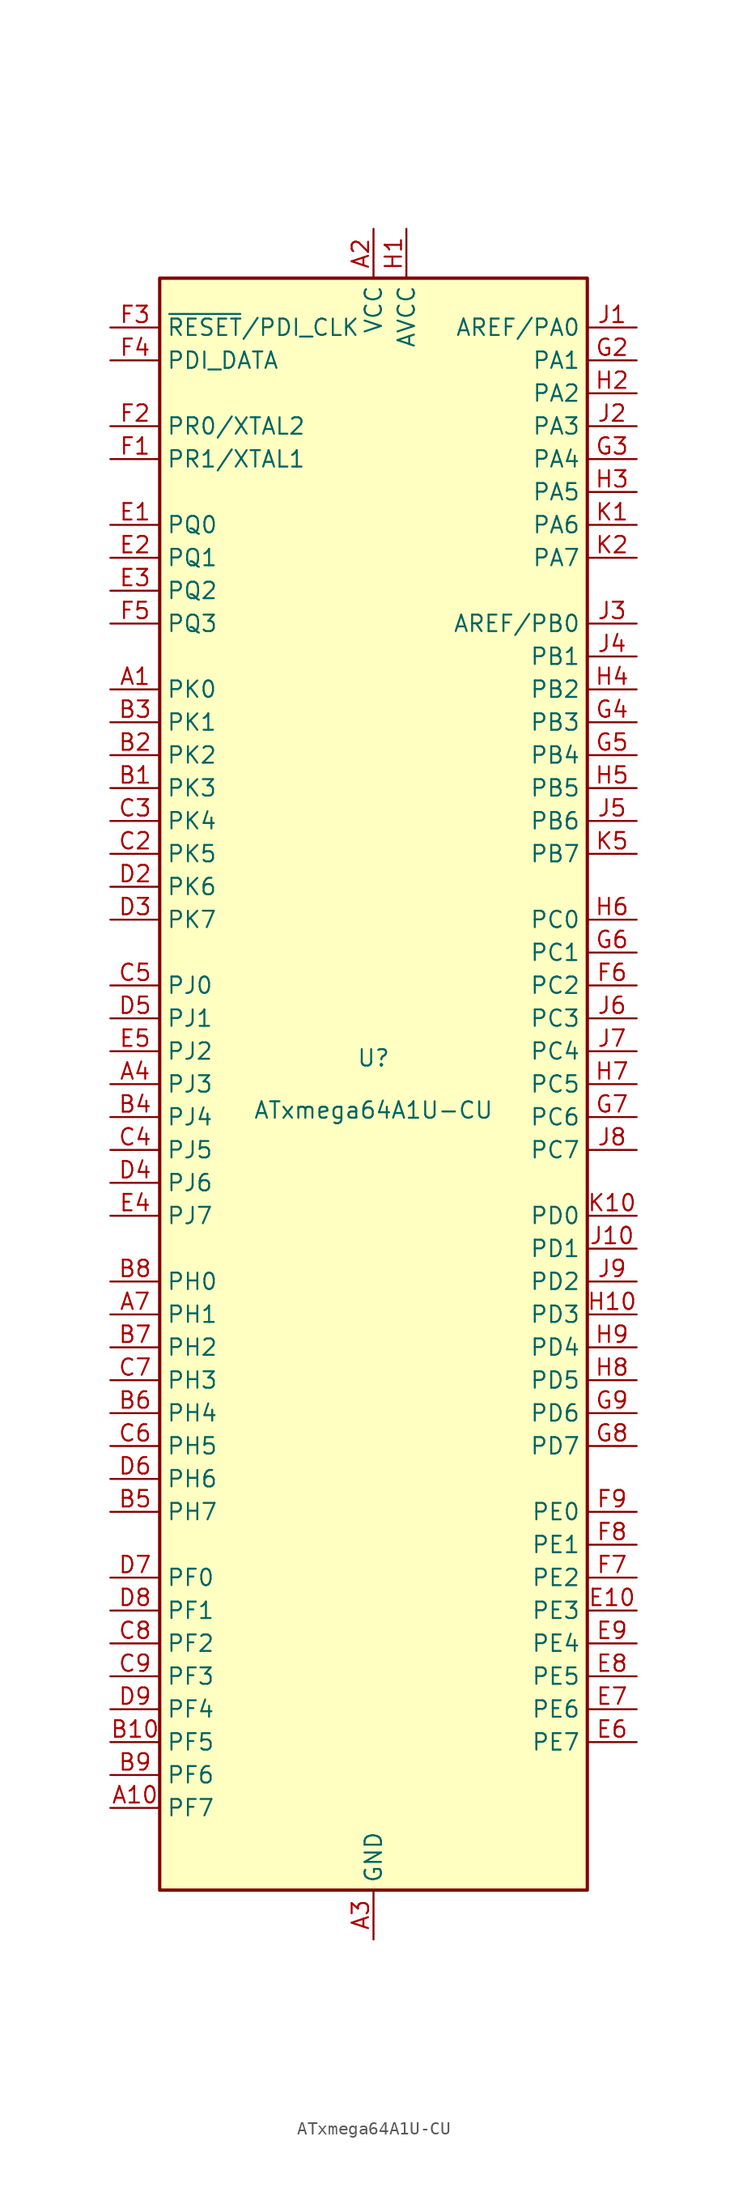
<source format=kicad_sym>
(kicad_symbol_lib
  (version 20201005)
  (generator kicad_symbol_editor)
  (symbol "ATxmega64A1U-CU"
    (property "Reference" "U"
      (at 0 1.27 0)
      (effects (font (size 1.27 1.27)) (justify bottom)))
    (property "Value" "ATxmega64A1U-CU"
      (at 0 -1.27 0)
      (effects (font (size 1.27 1.27)) (justify top)))
    (symbol "ATxmega64A1U-CU_0_1"
      (rectangle (start -16.51 -62.23) (end 16.51 62.23) (stroke (width 0.254)) (fill (type background))))
    (symbol "ATxmega64A1U-CU_1_1"
      (pin tri_state line (at -20.32 30.48 0) (length 3.81) (name "PK0" (effects (font (size 1.27 1.27)))) (number "A1" (effects (font (size 1.27 1.27)))))
      (pin tri_state line (at -20.32 -55.88 0) (length 3.81) (name "PF7" (effects (font (size 1.27 1.27)))) (number "A10" (effects (font (size 1.27 1.27)))))
      (pin power_in line (at 0 66.04 270) (length 3.81) (name "VCC" (effects (font (size 1.27 1.27)))) (number "A2" (effects (font (size 1.27 1.27)))))
      (pin power_in line (at 0 -66.04 90) (length 3.81) (name "GND" (effects (font (size 1.27 1.27)))) (number "A3" (effects (font (size 1.27 1.27)))))
      (pin tri_state line (at -20.32 0 0) (length 3.81) (name "PJ3" (effects (font (size 1.27 1.27)))) (number "A4" (effects (font (size 1.27 1.27)))))
      (pin passive line (at 0 66.04 270) (length 3.81) hide (name "VCC" (effects (font (size 1.27 1.27)))) (number "A5" (effects (font (size 1.27 1.27)))))
      (pin passive line (at 0 -66.04 90) (length 3.81) hide (name "GND" (effects (font (size 1.27 1.27)))) (number "A6" (effects (font (size 1.27 1.27)))))
      (pin tri_state line (at -20.32 -17.78 0) (length 3.81) (name "PH1" (effects (font (size 1.27 1.27)))) (number "A7" (effects (font (size 1.27 1.27)))))
      (pin passive line (at 0 -66.04 90) (length 3.81) hide (name "GND" (effects (font (size 1.27 1.27)))) (number "A8" (effects (font (size 1.27 1.27)))))
      (pin passive line (at 0 66.04 270) (length 3.81) hide (name "VCC" (effects (font (size 1.27 1.27)))) (number "A9" (effects (font (size 1.27 1.27)))))
      (pin tri_state line (at -20.32 22.86 0) (length 3.81) (name "PK3" (effects (font (size 1.27 1.27)))) (number "B1" (effects (font (size 1.27 1.27)))))
      (pin tri_state line (at -20.32 -50.8 0) (length 3.81) (name "PF5" (effects (font (size 1.27 1.27)))) (number "B10" (effects (font (size 1.27 1.27)))))
      (pin tri_state line (at -20.32 25.4 0) (length 3.81) (name "PK2" (effects (font (size 1.27 1.27)))) (number "B2" (effects (font (size 1.27 1.27)))))
      (pin tri_state line (at -20.32 27.94 0) (length 3.81) (name "PK1" (effects (font (size 1.27 1.27)))) (number "B3" (effects (font (size 1.27 1.27)))))
      (pin tri_state line (at -20.32 -2.54 0) (length 3.81) (name "PJ4" (effects (font (size 1.27 1.27)))) (number "B4" (effects (font (size 1.27 1.27)))))
      (pin tri_state line (at -20.32 -33.02 0) (length 3.81) (name "PH7" (effects (font (size 1.27 1.27)))) (number "B5" (effects (font (size 1.27 1.27)))))
      (pin tri_state line (at -20.32 -25.4 0) (length 3.81) (name "PH4" (effects (font (size 1.27 1.27)))) (number "B6" (effects (font (size 1.27 1.27)))))
      (pin tri_state line (at -20.32 -20.32 0) (length 3.81) (name "PH2" (effects (font (size 1.27 1.27)))) (number "B7" (effects (font (size 1.27 1.27)))))
      (pin tri_state line (at -20.32 -15.24 0) (length 3.81) (name "PH0" (effects (font (size 1.27 1.27)))) (number "B8" (effects (font (size 1.27 1.27)))))
      (pin tri_state line (at -20.32 -53.34 0) (length 3.81) (name "PF6" (effects (font (size 1.27 1.27)))) (number "B9" (effects (font (size 1.27 1.27)))))
      (pin passive line (at 0 66.04 270) (length 3.81) hide (name "VCC" (effects (font (size 1.27 1.27)))) (number "C1" (effects (font (size 1.27 1.27)))))
      (pin passive line (at 0 66.04 270) (length 3.81) hide (name "VCC" (effects (font (size 1.27 1.27)))) (number "C10" (effects (font (size 1.27 1.27)))))
      (pin tri_state line (at -20.32 17.78 0) (length 3.81) (name "PK5" (effects (font (size 1.27 1.27)))) (number "C2" (effects (font (size 1.27 1.27)))))
      (pin tri_state line (at -20.32 20.32 0) (length 3.81) (name "PK4" (effects (font (size 1.27 1.27)))) (number "C3" (effects (font (size 1.27 1.27)))))
      (pin tri_state line (at -20.32 -5.08 0) (length 3.81) (name "PJ5" (effects (font (size 1.27 1.27)))) (number "C4" (effects (font (size 1.27 1.27)))))
      (pin tri_state line (at -20.32 7.62 0) (length 3.81) (name "PJ0" (effects (font (size 1.27 1.27)))) (number "C5" (effects (font (size 1.27 1.27)))))
      (pin tri_state line (at -20.32 -27.94 0) (length 3.81) (name "PH5" (effects (font (size 1.27 1.27)))) (number "C6" (effects (font (size 1.27 1.27)))))
      (pin tri_state line (at -20.32 -22.86 0) (length 3.81) (name "PH3" (effects (font (size 1.27 1.27)))) (number "C7" (effects (font (size 1.27 1.27)))))
      (pin tri_state line (at -20.32 -43.18 0) (length 3.81) (name "PF2" (effects (font (size 1.27 1.27)))) (number "C8" (effects (font (size 1.27 1.27)))))
      (pin tri_state line (at -20.32 -45.72 0) (length 3.81) (name "PF3" (effects (font (size 1.27 1.27)))) (number "C9" (effects (font (size 1.27 1.27)))))
      (pin passive line (at 0 -66.04 90) (length 3.81) hide (name "GND" (effects (font (size 1.27 1.27)))) (number "D1" (effects (font (size 1.27 1.27)))))
      (pin passive line (at 0 -66.04 90) (length 3.81) hide (name "GND" (effects (font (size 1.27 1.27)))) (number "D10" (effects (font (size 1.27 1.27)))))
      (pin tri_state line (at -20.32 15.24 0) (length 3.81) (name "PK6" (effects (font (size 1.27 1.27)))) (number "D2" (effects (font (size 1.27 1.27)))))
      (pin tri_state line (at -20.32 12.7 0) (length 3.81) (name "PK7" (effects (font (size 1.27 1.27)))) (number "D3" (effects (font (size 1.27 1.27)))))
      (pin tri_state line (at -20.32 -7.62 0) (length 3.81) (name "PJ6" (effects (font (size 1.27 1.27)))) (number "D4" (effects (font (size 1.27 1.27)))))
      (pin tri_state line (at -20.32 5.08 0) (length 3.81) (name "PJ1" (effects (font (size 1.27 1.27)))) (number "D5" (effects (font (size 1.27 1.27)))))
      (pin tri_state line (at -20.32 -30.48 0) (length 3.81) (name "PH6" (effects (font (size 1.27 1.27)))) (number "D6" (effects (font (size 1.27 1.27)))))
      (pin tri_state line (at -20.32 -38.1 0) (length 3.81) (name "PF0" (effects (font (size 1.27 1.27)))) (number "D7" (effects (font (size 1.27 1.27)))))
      (pin tri_state line (at -20.32 -40.64 0) (length 3.81) (name "PF1" (effects (font (size 1.27 1.27)))) (number "D8" (effects (font (size 1.27 1.27)))))
      (pin tri_state line (at -20.32 -48.26 0) (length 3.81) (name "PF4" (effects (font (size 1.27 1.27)))) (number "D9" (effects (font (size 1.27 1.27)))))
      (pin tri_state line (at -20.32 43.18 0) (length 3.81) (name "PQ0" (effects (font (size 1.27 1.27)))) (number "E1" (effects (font (size 1.27 1.27)))))
      (pin tri_state line (at 20.32 -40.64 180) (length 3.81) (name "PE3" (effects (font (size 1.27 1.27)))) (number "E10" (effects (font (size 1.27 1.27)))))
      (pin tri_state line (at -20.32 40.64 0) (length 3.81) (name "PQ1" (effects (font (size 1.27 1.27)))) (number "E2" (effects (font (size 1.27 1.27)))))
      (pin tri_state line (at -20.32 38.1 0) (length 3.81) (name "PQ2" (effects (font (size 1.27 1.27)))) (number "E3" (effects (font (size 1.27 1.27)))))
      (pin tri_state line (at -20.32 -10.16 0) (length 3.81) (name "PJ7" (effects (font (size 1.27 1.27)))) (number "E4" (effects (font (size 1.27 1.27)))))
      (pin tri_state line (at -20.32 2.54 0) (length 3.81) (name "PJ2" (effects (font (size 1.27 1.27)))) (number "E5" (effects (font (size 1.27 1.27)))))
      (pin tri_state line (at 20.32 -50.8 180) (length 3.81) (name "PE7" (effects (font (size 1.27 1.27)))) (number "E6" (effects (font (size 1.27 1.27)))))
      (pin tri_state line (at 20.32 -48.26 180) (length 3.81) (name "PE6" (effects (font (size 1.27 1.27)))) (number "E7" (effects (font (size 1.27 1.27)))))
      (pin tri_state line (at 20.32 -45.72 180) (length 3.81) (name "PE5" (effects (font (size 1.27 1.27)))) (number "E8" (effects (font (size 1.27 1.27)))))
      (pin tri_state line (at 20.32 -43.18 180) (length 3.81) (name "PE4" (effects (font (size 1.27 1.27)))) (number "E9" (effects (font (size 1.27 1.27)))))
      (pin tri_state line (at -20.32 48.26 0) (length 3.81) (name "PR1/XTAL1" (effects (font (size 1.27 1.27)))) (number "F1" (effects (font (size 1.27 1.27)))))
      (pin passive line (at 0 66.04 270) (length 3.81) hide (name "VCC" (effects (font (size 1.27 1.27)))) (number "F10" (effects (font (size 1.27 1.27)))))
      (pin tri_state line (at -20.32 50.8 0) (length 3.81) (name "PR0/XTAL2" (effects (font (size 1.27 1.27)))) (number "F2" (effects (font (size 1.27 1.27)))))
      (pin input line (at -20.32 58.42 0) (length 3.81) (name "~RESET~/PDI_CLK" (effects (font (size 1.27 1.27)))) (number "F3" (effects (font (size 1.27 1.27)))))
      (pin bidirectional line (at -20.32 55.88 0) (length 3.81) (name "PDI_DATA" (effects (font (size 1.27 1.27)))) (number "F4" (effects (font (size 1.27 1.27)))))
      (pin tri_state line (at -20.32 35.56 0) (length 3.81) (name "PQ3" (effects (font (size 1.27 1.27)))) (number "F5" (effects (font (size 1.27 1.27)))))
      (pin tri_state line (at 20.32 7.62 180) (length 3.81) (name "PC2" (effects (font (size 1.27 1.27)))) (number "F6" (effects (font (size 1.27 1.27)))))
      (pin tri_state line (at 20.32 -38.1 180) (length 3.81) (name "PE2" (effects (font (size 1.27 1.27)))) (number "F7" (effects (font (size 1.27 1.27)))))
      (pin tri_state line (at 20.32 -35.56 180) (length 3.81) (name "PE1" (effects (font (size 1.27 1.27)))) (number "F8" (effects (font (size 1.27 1.27)))))
      (pin tri_state line (at 20.32 -33.02 180) (length 3.81) (name "PE0" (effects (font (size 1.27 1.27)))) (number "F9" (effects (font (size 1.27 1.27)))))
      (pin passive line (at 0 -66.04 90) (length 3.81) hide (name "GND" (effects (font (size 1.27 1.27)))) (number "G1" (effects (font (size 1.27 1.27)))))
      (pin passive line (at 0 -66.04 90) (length 3.81) hide (name "GND" (effects (font (size 1.27 1.27)))) (number "G10" (effects (font (size 1.27 1.27)))))
      (pin tri_state line (at 20.32 55.88 180) (length 3.81) (name "PA1" (effects (font (size 1.27 1.27)))) (number "G2" (effects (font (size 1.27 1.27)))))
      (pin tri_state line (at 20.32 48.26 180) (length 3.81) (name "PA4" (effects (font (size 1.27 1.27)))) (number "G3" (effects (font (size 1.27 1.27)))))
      (pin tri_state line (at 20.32 27.94 180) (length 3.81) (name "PB3" (effects (font (size 1.27 1.27)))) (number "G4" (effects (font (size 1.27 1.27)))))
      (pin tri_state line (at 20.32 25.4 180) (length 3.81) (name "PB4" (effects (font (size 1.27 1.27)))) (number "G5" (effects (font (size 1.27 1.27)))))
      (pin tri_state line (at 20.32 10.16 180) (length 3.81) (name "PC1" (effects (font (size 1.27 1.27)))) (number "G6" (effects (font (size 1.27 1.27)))))
      (pin tri_state line (at 20.32 -2.54 180) (length 3.81) (name "PC6" (effects (font (size 1.27 1.27)))) (number "G7" (effects (font (size 1.27 1.27)))))
      (pin tri_state line (at 20.32 -27.94 180) (length 3.81) (name "PD7" (effects (font (size 1.27 1.27)))) (number "G8" (effects (font (size 1.27 1.27)))))
      (pin tri_state line (at 20.32 -25.4 180) (length 3.81) (name "PD6" (effects (font (size 1.27 1.27)))) (number "G9" (effects (font (size 1.27 1.27)))))
      (pin power_in line (at 2.54 66.04 270) (length 3.81) (name "AVCC" (effects (font (size 1.27 1.27)))) (number "H1" (effects (font (size 1.27 1.27)))))
      (pin tri_state line (at 20.32 -17.78 180) (length 3.81) (name "PD3" (effects (font (size 1.27 1.27)))) (number "H10" (effects (font (size 1.27 1.27)))))
      (pin tri_state line (at 20.32 53.34 180) (length 3.81) (name "PA2" (effects (font (size 1.27 1.27)))) (number "H2" (effects (font (size 1.27 1.27)))))
      (pin tri_state line (at 20.32 45.72 180) (length 3.81) (name "PA5" (effects (font (size 1.27 1.27)))) (number "H3" (effects (font (size 1.27 1.27)))))
      (pin tri_state line (at 20.32 30.48 180) (length 3.81) (name "PB2" (effects (font (size 1.27 1.27)))) (number "H4" (effects (font (size 1.27 1.27)))))
      (pin tri_state line (at 20.32 22.86 180) (length 3.81) (name "PB5" (effects (font (size 1.27 1.27)))) (number "H5" (effects (font (size 1.27 1.27)))))
      (pin tri_state line (at 20.32 12.7 180) (length 3.81) (name "PC0" (effects (font (size 1.27 1.27)))) (number "H6" (effects (font (size 1.27 1.27)))))
      (pin tri_state line (at 20.32 0 180) (length 3.81) (name "PC5" (effects (font (size 1.27 1.27)))) (number "H7" (effects (font (size 1.27 1.27)))))
      (pin tri_state line (at 20.32 -22.86 180) (length 3.81) (name "PD5" (effects (font (size 1.27 1.27)))) (number "H8" (effects (font (size 1.27 1.27)))))
      (pin tri_state line (at 20.32 -20.32 180) (length 3.81) (name "PD4" (effects (font (size 1.27 1.27)))) (number "H9" (effects (font (size 1.27 1.27)))))
      (pin tri_state line (at 20.32 58.42 180) (length 3.81) (name "AREF/PA0" (effects (font (size 1.27 1.27)))) (number "J1" (effects (font (size 1.27 1.27)))))
      (pin tri_state line (at 20.32 -12.7 180) (length 3.81) (name "PD1" (effects (font (size 1.27 1.27)))) (number "J10" (effects (font (size 1.27 1.27)))))
      (pin tri_state line (at 20.32 50.8 180) (length 3.81) (name "PA3" (effects (font (size 1.27 1.27)))) (number "J2" (effects (font (size 1.27 1.27)))))
      (pin tri_state line (at 20.32 35.56 180) (length 3.81) (name "AREF/PB0" (effects (font (size 1.27 1.27)))) (number "J3" (effects (font (size 1.27 1.27)))))
      (pin tri_state line (at 20.32 33.02 180) (length 3.81) (name "PB1" (effects (font (size 1.27 1.27)))) (number "J4" (effects (font (size 1.27 1.27)))))
      (pin tri_state line (at 20.32 20.32 180) (length 3.81) (name "PB6" (effects (font (size 1.27 1.27)))) (number "J5" (effects (font (size 1.27 1.27)))))
      (pin tri_state line (at 20.32 5.08 180) (length 3.81) (name "PC3" (effects (font (size 1.27 1.27)))) (number "J6" (effects (font (size 1.27 1.27)))))
      (pin tri_state line (at 20.32 2.54 180) (length 3.81) (name "PC4" (effects (font (size 1.27 1.27)))) (number "J7" (effects (font (size 1.27 1.27)))))
      (pin tri_state line (at 20.32 -5.08 180) (length 3.81) (name "PC7" (effects (font (size 1.27 1.27)))) (number "J8" (effects (font (size 1.27 1.27)))))
      (pin tri_state line (at 20.32 -15.24 180) (length 3.81) (name "PD2" (effects (font (size 1.27 1.27)))) (number "J9" (effects (font (size 1.27 1.27)))))
      (pin tri_state line (at 20.32 43.18 180) (length 3.81) (name "PA6" (effects (font (size 1.27 1.27)))) (number "K1" (effects (font (size 1.27 1.27)))))
      (pin tri_state line (at 20.32 -10.16 180) (length 3.81) (name "PD0" (effects (font (size 1.27 1.27)))) (number "K10" (effects (font (size 1.27 1.27)))))
      (pin tri_state line (at 20.32 40.64 180) (length 3.81) (name "PA7" (effects (font (size 1.27 1.27)))) (number "K2" (effects (font (size 1.27 1.27)))))
      (pin passive line (at 0 -66.04 90) (length 3.81) hide (name "GND" (effects (font (size 1.27 1.27)))) (number "K3" (effects (font (size 1.27 1.27)))))
      (pin passive line (at 2.54 66.04 270) (length 3.81) hide (name "AVCC" (effects (font (size 1.27 1.27)))) (number "K4" (effects (font (size 1.27 1.27)))))
      (pin tri_state line (at 20.32 17.78 180) (length 3.81) (name "PB7" (effects (font (size 1.27 1.27)))) (number "K5" (effects (font (size 1.27 1.27)))))
      (pin passive line (at 0 66.04 270) (length 3.81) hide (name "VCC" (effects (font (size 1.27 1.27)))) (number "K6" (effects (font (size 1.27 1.27)))))
      (pin passive line (at 0 -66.04 90) (length 3.81) hide (name "GND" (effects (font (size 1.27 1.27)))) (number "K7" (effects (font (size 1.27 1.27)))))
      (pin passive line (at 0 66.04 270) (length 3.81) hide (name "VCC" (effects (font (size 1.27 1.27)))) (number "K8" (effects (font (size 1.27 1.27)))))
      (pin passive line (at 0 -66.04 90) (length 3.81) hide (name "GND" (effects (font (size 1.27 1.27)))) (number "K9" (effects (font (size 1.27 1.27))))))))
</source>
